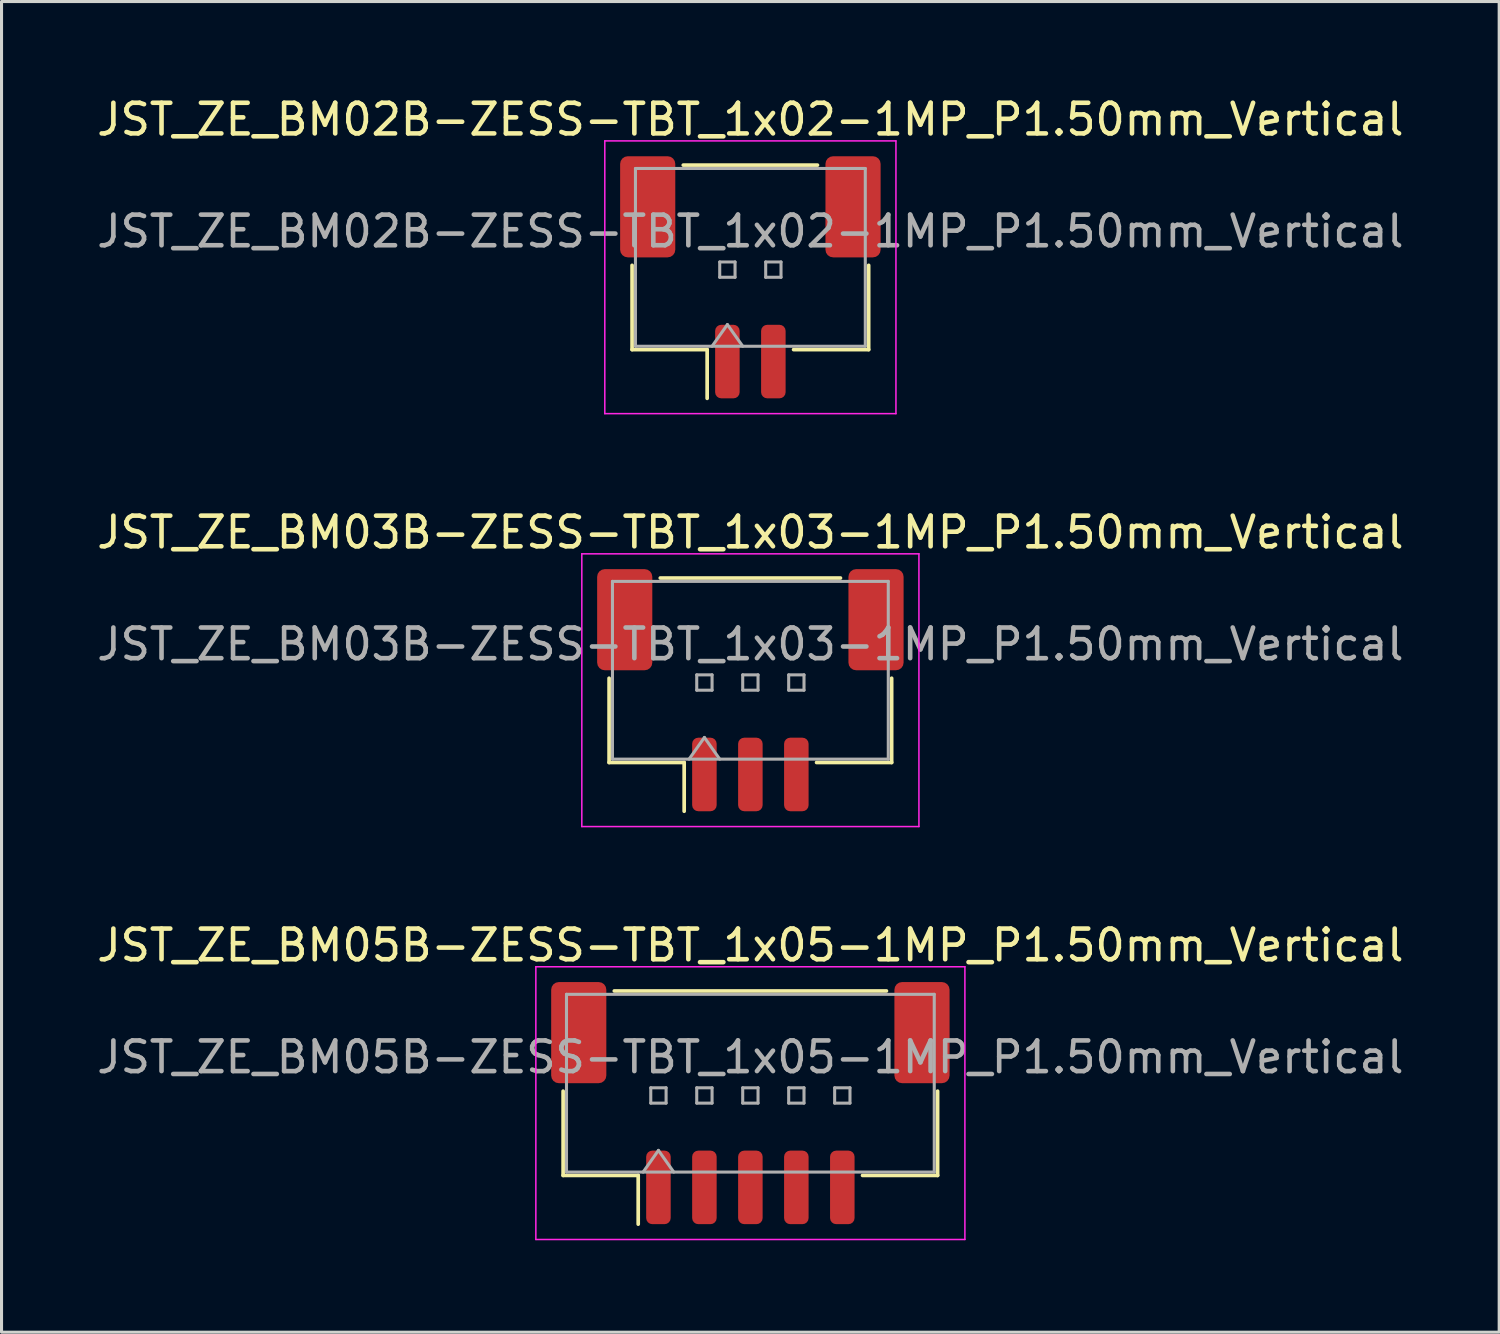
<source format=kicad_pcb>
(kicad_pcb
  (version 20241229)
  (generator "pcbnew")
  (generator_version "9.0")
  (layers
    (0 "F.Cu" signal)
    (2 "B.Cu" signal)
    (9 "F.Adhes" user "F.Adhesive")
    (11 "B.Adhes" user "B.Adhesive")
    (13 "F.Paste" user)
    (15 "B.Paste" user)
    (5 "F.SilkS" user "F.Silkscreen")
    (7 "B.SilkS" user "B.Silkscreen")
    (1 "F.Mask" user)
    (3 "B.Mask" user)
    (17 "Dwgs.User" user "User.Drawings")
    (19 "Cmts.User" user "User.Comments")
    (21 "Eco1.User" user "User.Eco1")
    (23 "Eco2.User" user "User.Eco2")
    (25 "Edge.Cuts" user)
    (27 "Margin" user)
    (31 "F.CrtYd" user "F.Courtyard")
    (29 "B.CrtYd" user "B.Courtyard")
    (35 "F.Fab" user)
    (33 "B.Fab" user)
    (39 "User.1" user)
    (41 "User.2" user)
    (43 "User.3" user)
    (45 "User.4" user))
  (footprint "JST_ZE_BM02B-ZESS-TBT_1x02-1MP_P1.50mm_Vertical"
    (layer "F.Cu")
    (at 21.435 5.998)
    (property "Reference" "JST_ZE_BM02B-ZESS-TBT_1x02-1MP_P1.50mm_Vertical" (at 0 -5.15 0) (layer "F.SilkS") (effects (font (size 1 1) (thickness 0.15))))
    (attr smd)
    (fp_line (start -3.86 -0.39) (end -3.86 2.36) (stroke (width 0.12) (type solid)) (layer "F.SilkS"))
    (fp_line (start -3.86 2.36) (end -1.41 2.36) (stroke (width 0.12) (type solid)) (layer "F.SilkS"))
    (fp_line (start -2.19 -3.66) (end 2.19 -3.66) (stroke (width 0.12) (type solid)) (layer "F.SilkS"))
    (fp_line (start -1.41 2.36) (end -1.41 3.95) (stroke (width 0.12) (type solid)) (layer "F.SilkS"))
    (fp_line (start 3.86 -0.39) (end 3.86 2.36) (stroke (width 0.12) (type solid)) (layer "F.SilkS"))
    (fp_line (start 3.86 2.36) (end 1.41 2.36) (stroke (width 0.12) (type solid)) (layer "F.SilkS"))
    (fp_line (start -4.75 -4.45) (end -4.75 4.45) (stroke (width 0.05) (type solid)) (layer "F.CrtYd"))
    (fp_line (start -4.75 4.45) (end 4.75 4.45) (stroke (width 0.05) (type solid)) (layer "F.CrtYd"))
    (fp_line (start 4.75 -4.45) (end -4.75 -4.45) (stroke (width 0.05) (type solid)) (layer "F.CrtYd"))
    (fp_line (start 4.75 4.45) (end 4.75 -4.45) (stroke (width 0.05) (type solid)) (layer "F.CrtYd"))
    (fp_line (start -3.75 -3.55) (end 3.75 -3.55) (stroke (width 0.1) (type solid)) (layer "F.Fab"))
    (fp_line (start -3.75 2.25) (end -3.75 -3.55) (stroke (width 0.1) (type solid)) (layer "F.Fab"))
    (fp_line (start -3.75 2.25) (end 3.75 2.25) (stroke (width 0.1) (type solid)) (layer "F.Fab"))
    (fp_line (start -1.25 2.25) (end -0.75 1.543) (stroke (width 0.1) (type solid)) (layer "F.Fab"))
    (fp_line (start -1 -0.5) (end -1 0) (stroke (width 0.1) (type solid)) (layer "F.Fab"))
    (fp_line (start -1 0) (end -0.5 0) (stroke (width 0.1) (type solid)) (layer "F.Fab"))
    (fp_line (start -0.75 1.543) (end -0.25 2.25) (stroke (width 0.1) (type solid)) (layer "F.Fab"))
    (fp_line (start -0.5 -0.5) (end -1 -0.5) (stroke (width 0.1) (type solid)) (layer "F.Fab"))
    (fp_line (start -0.5 0) (end -0.5 -0.5) (stroke (width 0.1) (type solid)) (layer "F.Fab"))
    (fp_line (start 0.5 -0.5) (end 0.5 0) (stroke (width 0.1) (type solid)) (layer "F.Fab"))
    (fp_line (start 0.5 0) (end 1 0) (stroke (width 0.1) (type solid)) (layer "F.Fab"))
    (fp_line (start 1 -0.5) (end 0.5 -0.5) (stroke (width 0.1) (type solid)) (layer "F.Fab"))
    (fp_line (start 1 0) (end 1 -0.5) (stroke (width 0.1) (type solid)) (layer "F.Fab"))
    (fp_line (start 3.75 2.25) (end 3.75 -3.55) (stroke (width 0.1) (type solid)) (layer "F.Fab"))
    (fp_text user "${REFERENCE}" (at 0 -1.5 0) (layer "F.Fab") (effects (font (size 1 1) (thickness 0.15))))
    (pad "1" smd roundrect (at -0.75 2.75) (size 0.8 2.4) (layers "F.Cu" "F.Mask" "F.Paste") (roundrect_rratio 0.25))
    (pad "2" smd roundrect (at 0.75 2.75) (size 0.8 2.4) (layers "F.Cu" "F.Mask" "F.Paste") (roundrect_rratio 0.25))
    (pad "MP" smd roundrect (at -3.35 -2.3) (size 1.8 3.3) (layers "F.Cu" "F.Mask" "F.Paste") (roundrect_rratio 0.139))
    (pad "MP" smd roundrect (at 3.35 -2.3) (size 1.8 3.3) (layers "F.Cu" "F.Mask" "F.Paste") (roundrect_rratio 0.139)))
  (footprint "JST_ZE_BM05B-ZESS-TBT_1x05-1MP_P1.50mm_Vertical"
    (layer "F.Cu")
    (at 21.435 32.945)
    (property "Reference" "JST_ZE_BM05B-ZESS-TBT_1x05-1MP_P1.50mm_Vertical" (at 0 -5.15 0) (layer "F.SilkS") (effects (font (size 1 1) (thickness 0.15))))
    (attr smd)
    (fp_line (start -6.11 -0.39) (end -6.11 2.36) (stroke (width 0.12) (type solid)) (layer "F.SilkS"))
    (fp_line (start -6.11 2.36) (end -3.66 2.36) (stroke (width 0.12) (type solid)) (layer "F.SilkS"))
    (fp_line (start -4.44 -3.66) (end 4.44 -3.66) (stroke (width 0.12) (type solid)) (layer "F.SilkS"))
    (fp_line (start -3.66 2.36) (end -3.66 3.95) (stroke (width 0.12) (type solid)) (layer "F.SilkS"))
    (fp_line (start 6.11 -0.39) (end 6.11 2.36) (stroke (width 0.12) (type solid)) (layer "F.SilkS"))
    (fp_line (start 6.11 2.36) (end 3.66 2.36) (stroke (width 0.12) (type solid)) (layer "F.SilkS"))
    (fp_line (start -7 -4.45) (end -7 4.45) (stroke (width 0.05) (type solid)) (layer "F.CrtYd"))
    (fp_line (start -7 4.45) (end 7 4.45) (stroke (width 0.05) (type solid)) (layer "F.CrtYd"))
    (fp_line (start 7 -4.45) (end -7 -4.45) (stroke (width 0.05) (type solid)) (layer "F.CrtYd"))
    (fp_line (start 7 4.45) (end 7 -4.45) (stroke (width 0.05) (type solid)) (layer "F.CrtYd"))
    (fp_line (start -6 -3.55) (end 6 -3.55) (stroke (width 0.1) (type solid)) (layer "F.Fab"))
    (fp_line (start -6 2.25) (end -6 -3.55) (stroke (width 0.1) (type solid)) (layer "F.Fab"))
    (fp_line (start -6 2.25) (end 6 2.25) (stroke (width 0.1) (type solid)) (layer "F.Fab"))
    (fp_line (start -3.5 2.25) (end -3 1.543) (stroke (width 0.1) (type solid)) (layer "F.Fab"))
    (fp_line (start -3.25 -0.5) (end -3.25 0) (stroke (width 0.1) (type solid)) (layer "F.Fab"))
    (fp_line (start -3.25 0) (end -2.75 0) (stroke (width 0.1) (type solid)) (layer "F.Fab"))
    (fp_line (start -3 1.543) (end -2.5 2.25) (stroke (width 0.1) (type solid)) (layer "F.Fab"))
    (fp_line (start -2.75 -0.5) (end -3.25 -0.5) (stroke (width 0.1) (type solid)) (layer "F.Fab"))
    (fp_line (start -2.75 0) (end -2.75 -0.5) (stroke (width 0.1) (type solid)) (layer "F.Fab"))
    (fp_line (start -1.75 -0.5) (end -1.75 0) (stroke (width 0.1) (type solid)) (layer "F.Fab"))
    (fp_line (start -1.75 0) (end -1.25 0) (stroke (width 0.1) (type solid)) (layer "F.Fab"))
    (fp_line (start -1.25 -0.5) (end -1.75 -0.5) (stroke (width 0.1) (type solid)) (layer "F.Fab"))
    (fp_line (start -1.25 0) (end -1.25 -0.5) (stroke (width 0.1) (type solid)) (layer "F.Fab"))
    (fp_line (start -0.25 -0.5) (end -0.25 0) (stroke (width 0.1) (type solid)) (layer "F.Fab"))
    (fp_line (start -0.25 0) (end 0.25 0) (stroke (width 0.1) (type solid)) (layer "F.Fab"))
    (fp_line (start 0.25 -0.5) (end -0.25 -0.5) (stroke (width 0.1) (type solid)) (layer "F.Fab"))
    (fp_line (start 0.25 0) (end 0.25 -0.5) (stroke (width 0.1) (type solid)) (layer "F.Fab"))
    (fp_line (start 1.25 -0.5) (end 1.25 0) (stroke (width 0.1) (type solid)) (layer "F.Fab"))
    (fp_line (start 1.25 0) (end 1.75 0) (stroke (width 0.1) (type solid)) (layer "F.Fab"))
    (fp_line (start 1.75 -0.5) (end 1.25 -0.5) (stroke (width 0.1) (type solid)) (layer "F.Fab"))
    (fp_line (start 1.75 0) (end 1.75 -0.5) (stroke (width 0.1) (type solid)) (layer "F.Fab"))
    (fp_line (start 2.75 -0.5) (end 2.75 0) (stroke (width 0.1) (type solid)) (layer "F.Fab"))
    (fp_line (start 2.75 0) (end 3.25 0) (stroke (width 0.1) (type solid)) (layer "F.Fab"))
    (fp_line (start 3.25 -0.5) (end 2.75 -0.5) (stroke (width 0.1) (type solid)) (layer "F.Fab"))
    (fp_line (start 3.25 0) (end 3.25 -0.5) (stroke (width 0.1) (type solid)) (layer "F.Fab"))
    (fp_line (start 6 2.25) (end 6 -3.55) (stroke (width 0.1) (type solid)) (layer "F.Fab"))
    (fp_text user "${REFERENCE}" (at 0 -1.5 0) (layer "F.Fab") (effects (font (size 1 1) (thickness 0.15))))
    (pad "1" smd roundrect (at -3 2.75) (size 0.8 2.4) (layers "F.Cu" "F.Mask" "F.Paste") (roundrect_rratio 0.25))
    (pad "2" smd roundrect (at -1.5 2.75) (size 0.8 2.4) (layers "F.Cu" "F.Mask" "F.Paste") (roundrect_rratio 0.25))
    (pad "3" smd roundrect (at 0 2.75) (size 0.8 2.4) (layers "F.Cu" "F.Mask" "F.Paste") (roundrect_rratio 0.25))
    (pad "4" smd roundrect (at 1.5 2.75) (size 0.8 2.4) (layers "F.Cu" "F.Mask" "F.Paste") (roundrect_rratio 0.25))
    (pad "5" smd roundrect (at 3 2.75) (size 0.8 2.4) (layers "F.Cu" "F.Mask" "F.Paste") (roundrect_rratio 0.25))
    (pad "MP" smd roundrect (at -5.6 -2.3) (size 1.8 3.3) (layers "F.Cu" "F.Mask" "F.Paste") (roundrect_rratio 0.139))
    (pad "MP" smd roundrect (at 5.6 -2.3) (size 1.8 3.3) (layers "F.Cu" "F.Mask" "F.Paste") (roundrect_rratio 0.139)))
  (footprint "JST_ZE_BM03B-ZESS-TBT_1x03-1MP_P1.50mm_Vertical"
    (layer "F.Cu")
    (at 21.435 19.471)
    (property "Reference" "JST_ZE_BM03B-ZESS-TBT_1x03-1MP_P1.50mm_Vertical" (at 0 -5.15 0) (layer "F.SilkS") (effects (font (size 1 1) (thickness 0.15))))
    (attr smd)
    (fp_line (start -4.61 -0.39) (end -4.61 2.36) (stroke (width 0.12) (type solid)) (layer "F.SilkS"))
    (fp_line (start -4.61 2.36) (end -2.16 2.36) (stroke (width 0.12) (type solid)) (layer "F.SilkS"))
    (fp_line (start -2.94 -3.66) (end 2.94 -3.66) (stroke (width 0.12) (type solid)) (layer "F.SilkS"))
    (fp_line (start -2.16 2.36) (end -2.16 3.95) (stroke (width 0.12) (type solid)) (layer "F.SilkS"))
    (fp_line (start 4.61 -0.39) (end 4.61 2.36) (stroke (width 0.12) (type solid)) (layer "F.SilkS"))
    (fp_line (start 4.61 2.36) (end 2.16 2.36) (stroke (width 0.12) (type solid)) (layer "F.SilkS"))
    (fp_line (start -5.5 -4.45) (end -5.5 4.45) (stroke (width 0.05) (type solid)) (layer "F.CrtYd"))
    (fp_line (start -5.5 4.45) (end 5.5 4.45) (stroke (width 0.05) (type solid)) (layer "F.CrtYd"))
    (fp_line (start 5.5 -4.45) (end -5.5 -4.45) (stroke (width 0.05) (type solid)) (layer "F.CrtYd"))
    (fp_line (start 5.5 4.45) (end 5.5 -4.45) (stroke (width 0.05) (type solid)) (layer "F.CrtYd"))
    (fp_line (start -4.5 -3.55) (end 4.5 -3.55) (stroke (width 0.1) (type solid)) (layer "F.Fab"))
    (fp_line (start -4.5 2.25) (end -4.5 -3.55) (stroke (width 0.1) (type solid)) (layer "F.Fab"))
    (fp_line (start -4.5 2.25) (end 4.5 2.25) (stroke (width 0.1) (type solid)) (layer "F.Fab"))
    (fp_line (start -2 2.25) (end -1.5 1.543) (stroke (width 0.1) (type solid)) (layer "F.Fab"))
    (fp_line (start -1.75 -0.5) (end -1.75 0) (stroke (width 0.1) (type solid)) (layer "F.Fab"))
    (fp_line (start -1.75 0) (end -1.25 0) (stroke (width 0.1) (type solid)) (layer "F.Fab"))
    (fp_line (start -1.5 1.543) (end -1 2.25) (stroke (width 0.1) (type solid)) (layer "F.Fab"))
    (fp_line (start -1.25 -0.5) (end -1.75 -0.5) (stroke (width 0.1) (type solid)) (layer "F.Fab"))
    (fp_line (start -1.25 0) (end -1.25 -0.5) (stroke (width 0.1) (type solid)) (layer "F.Fab"))
    (fp_line (start -0.25 -0.5) (end -0.25 0) (stroke (width 0.1) (type solid)) (layer "F.Fab"))
    (fp_line (start -0.25 0) (end 0.25 0) (stroke (width 0.1) (type solid)) (layer "F.Fab"))
    (fp_line (start 0.25 -0.5) (end -0.25 -0.5) (stroke (width 0.1) (type solid)) (layer "F.Fab"))
    (fp_line (start 0.25 0) (end 0.25 -0.5) (stroke (width 0.1) (type solid)) (layer "F.Fab"))
    (fp_line (start 1.25 -0.5) (end 1.25 0) (stroke (width 0.1) (type solid)) (layer "F.Fab"))
    (fp_line (start 1.25 0) (end 1.75 0) (stroke (width 0.1) (type solid)) (layer "F.Fab"))
    (fp_line (start 1.75 -0.5) (end 1.25 -0.5) (stroke (width 0.1) (type solid)) (layer "F.Fab"))
    (fp_line (start 1.75 0) (end 1.75 -0.5) (stroke (width 0.1) (type solid)) (layer "F.Fab"))
    (fp_line (start 4.5 2.25) (end 4.5 -3.55) (stroke (width 0.1) (type solid)) (layer "F.Fab"))
    (fp_text user "${REFERENCE}" (at 0 -1.5 0) (layer "F.Fab") (effects (font (size 1 1) (thickness 0.15))))
    (pad "1" smd roundrect (at -1.5 2.75) (size 0.8 2.4) (layers "F.Cu" "F.Mask" "F.Paste") (roundrect_rratio 0.25))
    (pad "2" smd roundrect (at 0 2.75) (size 0.8 2.4) (layers "F.Cu" "F.Mask" "F.Paste") (roundrect_rratio 0.25))
    (pad "3" smd roundrect (at 1.5 2.75) (size 0.8 2.4) (layers "F.Cu" "F.Mask" "F.Paste") (roundrect_rratio 0.25))
    (pad "MP" smd roundrect (at -4.1 -2.3) (size 1.8 3.3) (layers "F.Cu" "F.Mask" "F.Paste") (roundrect_rratio 0.139))
    (pad "MP" smd roundrect (at 4.1 -2.3) (size 1.8 3.3) (layers "F.Cu" "F.Mask" "F.Paste") (roundrect_rratio 0.139)))
  (gr_rect
    (start -3 -3)
    (end 45.869 40.42)
    (stroke (width 0.1) (type default))
    (fill no)
    (layer "Edge.Cuts")))
</source>
